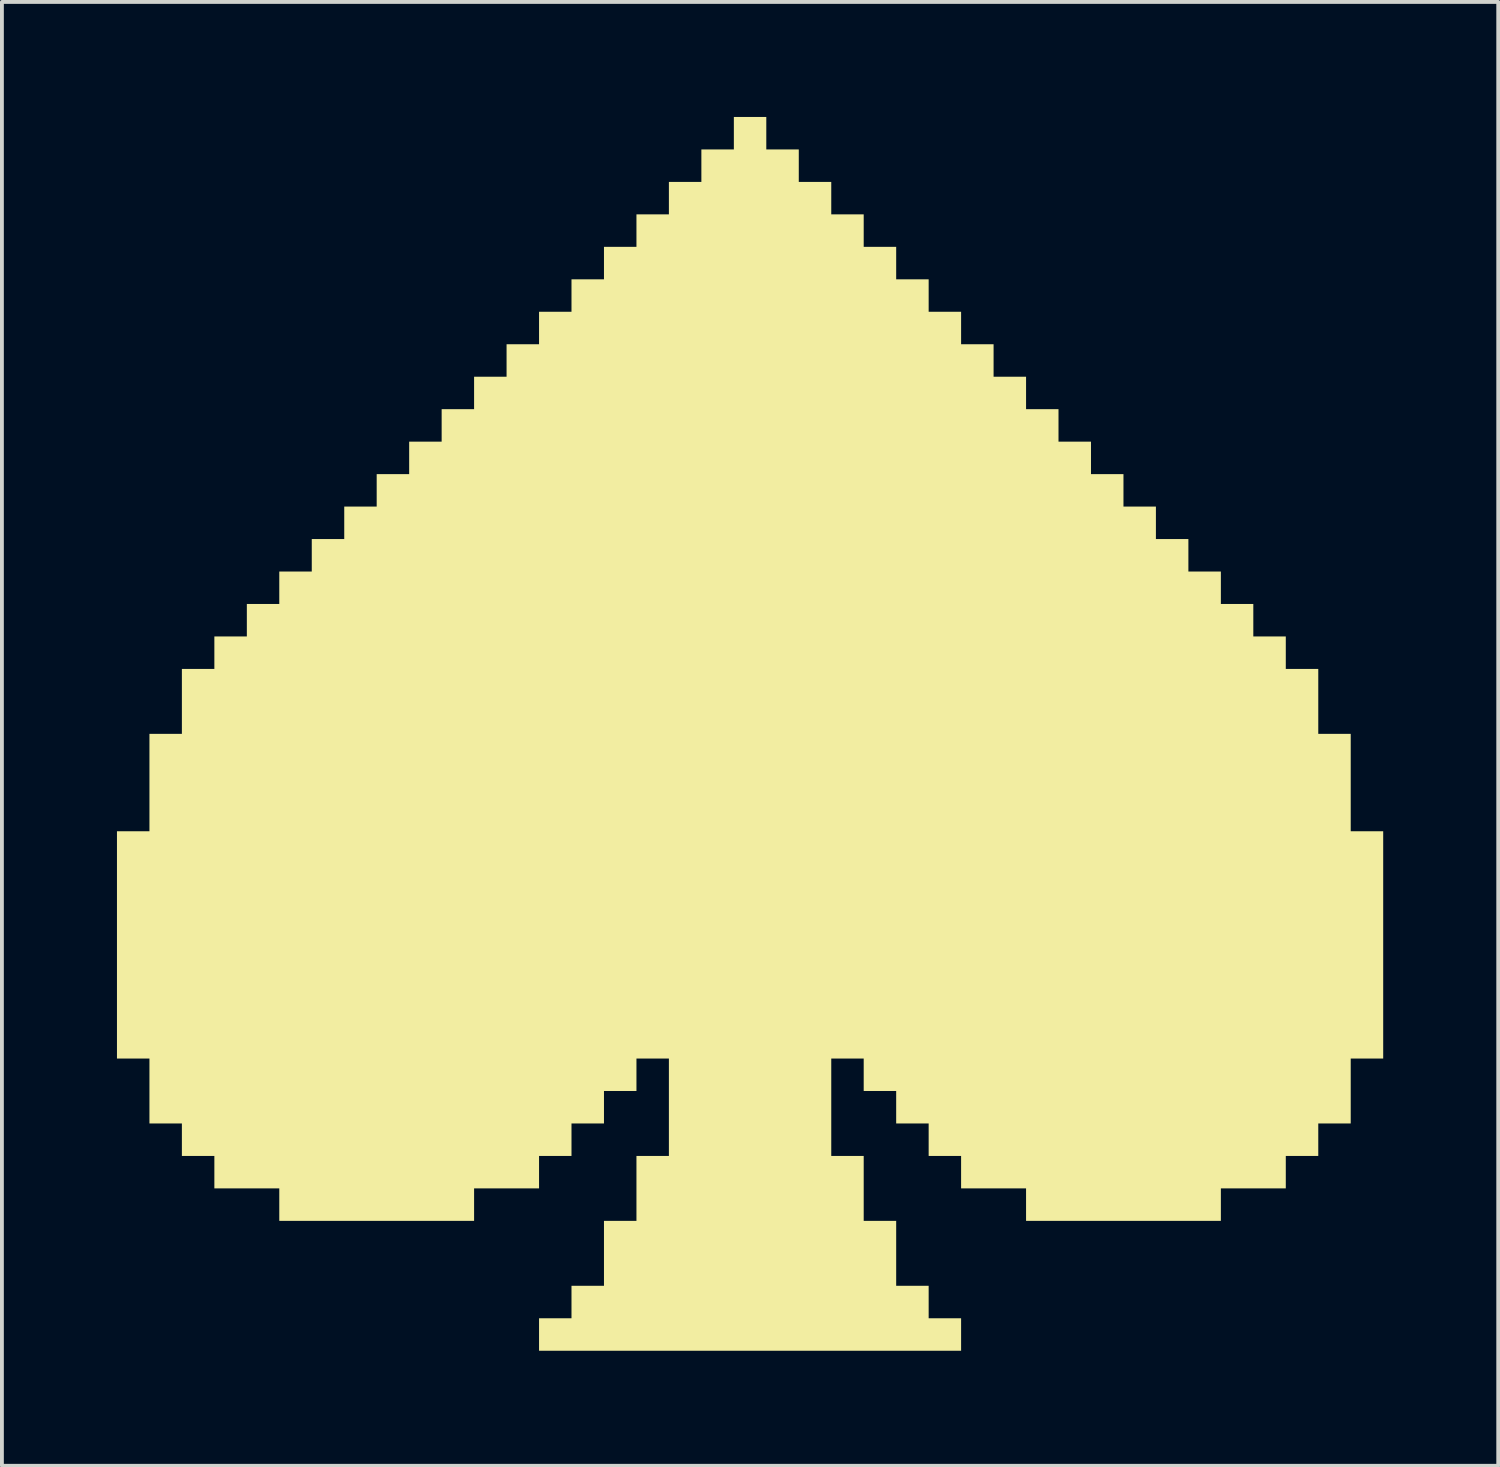
<source format=kicad_pcb>
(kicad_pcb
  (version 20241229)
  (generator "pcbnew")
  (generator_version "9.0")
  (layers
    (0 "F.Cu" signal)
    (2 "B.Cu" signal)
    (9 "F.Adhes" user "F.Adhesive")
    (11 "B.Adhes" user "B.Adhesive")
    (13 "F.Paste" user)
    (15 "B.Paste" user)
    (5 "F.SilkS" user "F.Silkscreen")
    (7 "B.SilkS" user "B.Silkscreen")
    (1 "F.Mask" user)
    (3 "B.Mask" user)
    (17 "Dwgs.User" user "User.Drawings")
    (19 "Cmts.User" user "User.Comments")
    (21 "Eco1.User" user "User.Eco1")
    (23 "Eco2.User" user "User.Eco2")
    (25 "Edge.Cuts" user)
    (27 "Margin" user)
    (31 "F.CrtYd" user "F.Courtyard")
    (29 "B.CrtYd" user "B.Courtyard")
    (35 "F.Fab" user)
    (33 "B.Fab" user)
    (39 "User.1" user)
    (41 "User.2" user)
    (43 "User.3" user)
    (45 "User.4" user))
  (footprint "dyno_spade"
    (layer "F.Cu")
    (at 16.51 16.087)
    (property "Reference" "dyno_spade" (at 0 0 0) (layer "F.SilkS") (effects (font (size 1.524 1.524) (thickness 0.3))))
    (attr board_only exclude_from_pos_files exclude_from_bom)
    (fp_poly (pts (xy 0.423 -15.24) (xy 1.27 -15.24) (xy 1.27 -14.393) (xy 2.117 -14.393) (xy 2.117 -13.547) (xy 2.963 -13.547) (xy 2.963 -12.7) (xy 3.81 -12.7) (xy 3.81 -11.853) (xy 4.657 -11.853) (xy 4.657 -11.007) (xy 5.503 -11.007) (xy 5.503 -10.16) (xy 6.35 -10.16) (xy 6.35 -9.313) (xy 7.197 -9.313) (xy 7.197 -8.467) (xy 8.043 -8.467) (xy 8.043 -7.62) (xy 8.89 -7.62) (xy 8.89 -6.773) (xy 9.737 -6.773) (xy 9.737 -5.927) (xy 10.583 -5.927) (xy 10.583 -5.08) (xy 11.43 -5.08) (xy 11.43 -4.233) (xy 12.277 -4.233) (xy 12.277 -3.387) (xy 13.123 -3.387) (xy 13.123 -2.54) (xy 13.97 -2.54) (xy 13.97 -1.693) (xy 14.817 -1.693) (xy 14.817 0) (xy 15.663 0) (xy 15.663 2.54) (xy 16.51 2.54) (xy 16.51 8.467) (xy 15.663 8.467) (xy 15.663 10.16) (xy 14.817 10.16) (xy 14.817 11.007) (xy 13.97 11.007) (xy 13.97 11.853) (xy 12.277 11.853) (xy 12.277 12.7) (xy 7.197 12.7) (xy 7.197 11.853) (xy 5.503 11.853) (xy 5.503 11.007) (xy 4.657 11.007) (xy 4.657 10.16) (xy 3.81 10.16) (xy 3.81 9.313) (xy 2.963 9.313) (xy 2.963 8.467) (xy 2.117 8.467) (xy 2.117 11.007) (xy 2.963 11.007) (xy 2.963 12.7) (xy 3.81 12.7) (xy 3.81 14.393) (xy 4.657 14.393) (xy 4.657 15.24) (xy 5.503 15.24) (xy 5.503 16.087) (xy -5.503 16.087) (xy -5.503 15.24) (xy -4.657 15.24) (xy -4.657 14.393) (xy -3.81 14.393) (xy -3.81 12.7) (xy -2.963 12.7) (xy -2.963 11.007) (xy -2.117 11.007) (xy -2.117 8.467) (xy -2.963 8.467) (xy -2.963 9.313) (xy -3.81 9.313) (xy -3.81 10.16) (xy -4.657 10.16) (xy -4.657 11.007) (xy -5.503 11.007) (xy -5.503 11.853) (xy -7.197 11.853) (xy -7.197 12.7) (xy -12.277 12.7) (xy -12.277 11.853) (xy -13.97 11.853) (xy -13.97 11.007) (xy -14.817 11.007) (xy -14.817 10.16) (xy -15.663 10.16) (xy -15.663 8.467) (xy -16.51 8.467) (xy -16.51 2.54) (xy -15.663 2.54) (xy -15.663 0) (xy -14.817 0) (xy -14.817 -1.693) (xy -13.97 -1.693) (xy -13.97 -2.54) (xy -13.123 -2.54) (xy -13.123 -3.387) (xy -12.277 -3.387) (xy -12.277 -4.233) (xy -11.43 -4.233) (xy -11.43 -5.08) (xy -10.583 -5.08) (xy -10.583 -5.927) (xy -9.737 -5.927) (xy -9.737 -6.773) (xy -8.89 -6.773) (xy -8.89 -7.62) (xy -8.043 -7.62) (xy -8.043 -8.467) (xy -7.197 -8.467) (xy -7.197 -9.313) (xy -6.35 -9.313) (xy -6.35 -10.16) (xy -5.503 -10.16) (xy -5.503 -11.007) (xy -4.657 -11.007) (xy -4.657 -11.853) (xy -3.81 -11.853) (xy -3.81 -12.7) (xy -2.963 -12.7) (xy -2.963 -13.547) (xy -2.117 -13.547) (xy -2.117 -14.393) (xy -1.27 -14.393) (xy -1.27 -15.24) (xy -0.423 -15.24) (xy -0.423 -16.087) (xy 0.423 -16.087)) (stroke (width 0) (type solid)) (fill yes) (layer "F.SilkS")))
  (gr_rect
    (start -3 -3)
    (end 36.02 35.173)
    (stroke (width 0.1) (type default))
    (fill no)
    (layer "Edge.Cuts")))
</source>
